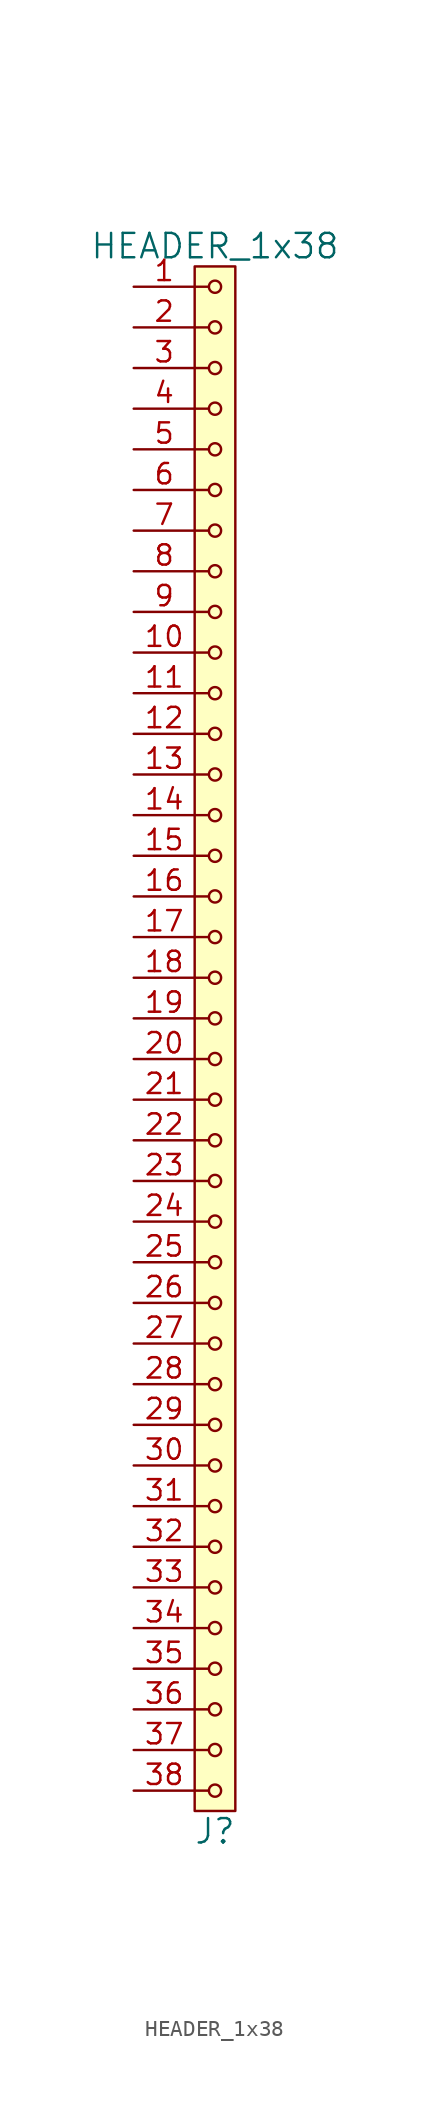
<source format=kicad_sym>
(kicad_symbol_lib
  (version 20211014)
  (generator kicad_symbol_editor)
  (symbol "HEADER_1x38"
    (pin_names
      (offset 1.016))
    (property "Reference" "J"
      (at 0 -49.53 0)
      (effects (font (size 1.524 1.524))))
    (property "Value" "HEADER_1x38"
      (at 0 49.53 0)
      (effects (font (size 1.524 1.524))))
    (property "Footprint" ""
      (at 0 46.99 0)
      (effects (font (size 1.524 1.524))))
    (property "Datasheet" ""
      (at 0 46.99 0)
      (effects (font (size 1.524 1.524))))
    (symbol "HEADER_1x38_0_1"
      (rectangle (start -1.27 48.26) (end 1.27 -48.26) (stroke (width 0) (type default) (color 0 0 0 0)) (fill (type background)))
      (circle (center 0 -46.99) (radius 0.381) (stroke (width 0) (type default) (color 0 0 0 0)) (fill (type none)))
      (circle (center 0 -44.45) (radius 0.381) (stroke (width 0) (type default) (color 0 0 0 0)) (fill (type none)))
      (circle (center 0 -41.91) (radius 0.381) (stroke (width 0) (type default) (color 0 0 0 0)) (fill (type none)))
      (circle (center 0 -39.37) (radius 0.381) (stroke (width 0) (type default) (color 0 0 0 0)) (fill (type none)))
      (circle (center 0 -36.83) (radius 0.381) (stroke (width 0) (type default) (color 0 0 0 0)) (fill (type none)))
      (circle (center 0 -34.29) (radius 0.381) (stroke (width 0) (type default) (color 0 0 0 0)) (fill (type none)))
      (circle (center 0 -31.75) (radius 0.381) (stroke (width 0) (type default) (color 0 0 0 0)) (fill (type none)))
      (circle (center 0 -29.21) (radius 0.381) (stroke (width 0) (type default) (color 0 0 0 0)) (fill (type none)))
      (circle (center 0 -26.67) (radius 0.381) (stroke (width 0) (type default) (color 0 0 0 0)) (fill (type none)))
      (circle (center 0 -24.13) (radius 0.381) (stroke (width 0) (type default) (color 0 0 0 0)) (fill (type none)))
      (circle (center 0 -21.59) (radius 0.381) (stroke (width 0) (type default) (color 0 0 0 0)) (fill (type none)))
      (circle (center 0 -19.05) (radius 0.381) (stroke (width 0) (type default) (color 0 0 0 0)) (fill (type none)))
      (circle (center 0 -16.51) (radius 0.381) (stroke (width 0) (type default) (color 0 0 0 0)) (fill (type none)))
      (circle (center 0 -13.97) (radius 0.381) (stroke (width 0) (type default) (color 0 0 0 0)) (fill (type none)))
      (circle (center 0 -11.43) (radius 0.381) (stroke (width 0) (type default) (color 0 0 0 0)) (fill (type none)))
      (circle (center 0 -8.89) (radius 0.381) (stroke (width 0) (type default) (color 0 0 0 0)) (fill (type none)))
      (circle (center 0 -6.35) (radius 0.381) (stroke (width 0) (type default) (color 0 0 0 0)) (fill (type none)))
      (circle (center 0 -3.81) (radius 0.381) (stroke (width 0) (type default) (color 0 0 0 0)) (fill (type none)))
      (circle (center 0 -1.27) (radius 0.381) (stroke (width 0) (type default) (color 0 0 0 0)) (fill (type none)))
      (polyline (pts (xy -1.27 -46.99) (xy -0.381 -46.99)) (stroke (width 0) (type default) (color 0 0 0 0)) (fill (type none)))
      (polyline (pts (xy -1.27 -44.45) (xy -0.381 -44.45)) (stroke (width 0) (type default) (color 0 0 0 0)) (fill (type none)))
      (polyline (pts (xy -1.27 -41.91) (xy -0.381 -41.91)) (stroke (width 0) (type default) (color 0 0 0 0)) (fill (type none)))
      (polyline (pts (xy -1.27 -39.37) (xy -0.381 -39.37)) (stroke (width 0) (type default) (color 0 0 0 0)) (fill (type none)))
      (polyline (pts (xy -1.27 -36.83) (xy -0.381 -36.83)) (stroke (width 0) (type default) (color 0 0 0 0)) (fill (type none)))
      (polyline (pts (xy -1.27 -34.29) (xy -0.381 -34.29)) (stroke (width 0) (type default) (color 0 0 0 0)) (fill (type none)))
      (polyline (pts (xy -1.27 -31.75) (xy -0.381 -31.75)) (stroke (width 0) (type default) (color 0 0 0 0)) (fill (type none)))
      (polyline (pts (xy -1.27 -29.21) (xy -0.381 -29.21)) (stroke (width 0) (type default) (color 0 0 0 0)) (fill (type none)))
      (polyline (pts (xy -1.27 -26.67) (xy -0.381 -26.67)) (stroke (width 0) (type default) (color 0 0 0 0)) (fill (type none)))
      (polyline (pts (xy -1.27 -24.13) (xy -0.381 -24.13)) (stroke (width 0) (type default) (color 0 0 0 0)) (fill (type none)))
      (polyline (pts (xy -1.27 -21.59) (xy -0.381 -21.59)) (stroke (width 0) (type default) (color 0 0 0 0)) (fill (type none)))
      (polyline (pts (xy -1.27 -19.05) (xy -0.381 -19.05)) (stroke (width 0) (type default) (color 0 0 0 0)) (fill (type none)))
      (polyline (pts (xy -1.27 -16.51) (xy -0.381 -16.51)) (stroke (width 0) (type default) (color 0 0 0 0)) (fill (type none)))
      (polyline (pts (xy -1.27 -13.97) (xy -0.381 -13.97)) (stroke (width 0) (type default) (color 0 0 0 0)) (fill (type none)))
      (polyline (pts (xy -1.27 -11.43) (xy -0.381 -11.43)) (stroke (width 0) (type default) (color 0 0 0 0)) (fill (type none)))
      (polyline (pts (xy -1.27 -8.89) (xy -0.381 -8.89)) (stroke (width 0) (type default) (color 0 0 0 0)) (fill (type none)))
      (polyline (pts (xy -1.27 -6.35) (xy -0.381 -6.35)) (stroke (width 0) (type default) (color 0 0 0 0)) (fill (type none)))
      (polyline (pts (xy -1.27 -3.81) (xy -0.381 -3.81)) (stroke (width 0) (type default) (color 0 0 0 0)) (fill (type none)))
      (polyline (pts (xy -1.27 -1.27) (xy -0.381 -1.27)) (stroke (width 0) (type default) (color 0 0 0 0)) (fill (type none)))
      (polyline (pts (xy -1.27 1.27) (xy -0.381 1.27)) (stroke (width 0) (type default) (color 0 0 0 0)) (fill (type none)))
      (polyline (pts (xy -1.27 3.81) (xy -0.381 3.81)) (stroke (width 0) (type default) (color 0 0 0 0)) (fill (type none)))
      (polyline (pts (xy -1.27 6.35) (xy -0.381 6.35)) (stroke (width 0) (type default) (color 0 0 0 0)) (fill (type none)))
      (polyline (pts (xy -1.27 8.89) (xy -0.381 8.89)) (stroke (width 0) (type default) (color 0 0 0 0)) (fill (type none)))
      (polyline (pts (xy -1.27 11.43) (xy -0.381 11.43)) (stroke (width 0) (type default) (color 0 0 0 0)) (fill (type none)))
      (polyline (pts (xy -1.27 13.97) (xy -0.381 13.97)) (stroke (width 0) (type default) (color 0 0 0 0)) (fill (type none)))
      (polyline (pts (xy -1.27 16.51) (xy -0.381 16.51)) (stroke (width 0) (type default) (color 0 0 0 0)) (fill (type none)))
      (polyline (pts (xy -1.27 19.05) (xy -0.381 19.05)) (stroke (width 0) (type default) (color 0 0 0 0)) (fill (type none)))
      (polyline (pts (xy -1.27 21.59) (xy -0.381 21.59)) (stroke (width 0) (type default) (color 0 0 0 0)) (fill (type none)))
      (polyline (pts (xy -1.27 24.13) (xy -0.381 24.13)) (stroke (width 0) (type default) (color 0 0 0 0)) (fill (type none)))
      (polyline (pts (xy -1.27 26.67) (xy -0.381 26.67)) (stroke (width 0) (type default) (color 0 0 0 0)) (fill (type none)))
      (polyline (pts (xy -1.27 29.21) (xy -0.381 29.21)) (stroke (width 0) (type default) (color 0 0 0 0)) (fill (type none)))
      (polyline (pts (xy -1.27 31.75) (xy -0.381 31.75)) (stroke (width 0) (type default) (color 0 0 0 0)) (fill (type none)))
      (polyline (pts (xy -1.27 34.29) (xy -0.381 34.29)) (stroke (width 0) (type default) (color 0 0 0 0)) (fill (type none)))
      (polyline (pts (xy -1.27 36.83) (xy -0.381 36.83)) (stroke (width 0) (type default) (color 0 0 0 0)) (fill (type none)))
      (polyline (pts (xy -1.27 39.37) (xy -0.381 39.37)) (stroke (width 0) (type default) (color 0 0 0 0)) (fill (type none)))
      (polyline (pts (xy -1.27 41.91) (xy -0.381 41.91)) (stroke (width 0) (type default) (color 0 0 0 0)) (fill (type none)))
      (polyline (pts (xy -1.27 44.45) (xy -0.381 44.45)) (stroke (width 0) (type default) (color 0 0 0 0)) (fill (type none)))
      (polyline (pts (xy -1.27 46.99) (xy -0.381 46.99)) (stroke (width 0) (type default) (color 0 0 0 0)) (fill (type none)))
      (circle (center 0 1.27) (radius 0.381) (stroke (width 0) (type default) (color 0 0 0 0)) (fill (type none)))
      (circle (center 0 3.81) (radius 0.381) (stroke (width 0) (type default) (color 0 0 0 0)) (fill (type none)))
      (circle (center 0 6.35) (radius 0.381) (stroke (width 0) (type default) (color 0 0 0 0)) (fill (type none)))
      (circle (center 0 8.89) (radius 0.381) (stroke (width 0) (type default) (color 0 0 0 0)) (fill (type none)))
      (circle (center 0 11.43) (radius 0.381) (stroke (width 0) (type default) (color 0 0 0 0)) (fill (type none)))
      (circle (center 0 13.97) (radius 0.381) (stroke (width 0) (type default) (color 0 0 0 0)) (fill (type none)))
      (circle (center 0 16.51) (radius 0.381) (stroke (width 0) (type default) (color 0 0 0 0)) (fill (type none)))
      (circle (center 0 19.05) (radius 0.381) (stroke (width 0) (type default) (color 0 0 0 0)) (fill (type none)))
      (circle (center 0 21.59) (radius 0.381) (stroke (width 0) (type default) (color 0 0 0 0)) (fill (type none)))
      (circle (center 0 24.13) (radius 0.381) (stroke (width 0) (type default) (color 0 0 0 0)) (fill (type none)))
      (circle (center 0 26.67) (radius 0.381) (stroke (width 0) (type default) (color 0 0 0 0)) (fill (type none)))
      (circle (center 0 29.21) (radius 0.381) (stroke (width 0) (type default) (color 0 0 0 0)) (fill (type none)))
      (circle (center 0 31.75) (radius 0.381) (stroke (width 0) (type default) (color 0 0 0 0)) (fill (type none)))
      (circle (center 0 34.29) (radius 0.381) (stroke (width 0) (type default) (color 0 0 0 0)) (fill (type none)))
      (circle (center 0 36.83) (radius 0.381) (stroke (width 0) (type default) (color 0 0 0 0)) (fill (type none)))
      (circle (center 0 39.37) (radius 0.381) (stroke (width 0) (type default) (color 0 0 0 0)) (fill (type none)))
      (circle (center 0 41.91) (radius 0.381) (stroke (width 0) (type default) (color 0 0 0 0)) (fill (type none)))
      (circle (center 0 44.45) (radius 0.381) (stroke (width 0) (type default) (color 0 0 0 0)) (fill (type none)))
      (circle (center 0 46.99) (radius 0.381) (stroke (width 0) (type default) (color 0 0 0 0)) (fill (type none))))
    (symbol "HEADER_1x38_1_1"
      (pin input line (at -5.08 46.99 0) (length 3.81) (name "~" (effects (font (size 1.27 1.27)))) (number "1" (effects (font (size 1.27 1.27)))))
      (pin input line (at -5.08 24.13 0) (length 3.81) (name "~" (effects (font (size 1.27 1.27)))) (number "10" (effects (font (size 1.27 1.27)))))
      (pin input line (at -5.08 21.59 0) (length 3.81) (name "~" (effects (font (size 1.27 1.27)))) (number "11" (effects (font (size 1.27 1.27)))))
      (pin input line (at -5.08 19.05 0) (length 3.81) (name "~" (effects (font (size 1.27 1.27)))) (number "12" (effects (font (size 1.27 1.27)))))
      (pin input line (at -5.08 16.51 0) (length 3.81) (name "~" (effects (font (size 1.27 1.27)))) (number "13" (effects (font (size 1.27 1.27)))))
      (pin input line (at -5.08 13.97 0) (length 3.81) (name "~" (effects (font (size 1.27 1.27)))) (number "14" (effects (font (size 1.27 1.27)))))
      (pin input line (at -5.08 11.43 0) (length 3.81) (name "~" (effects (font (size 1.27 1.27)))) (number "15" (effects (font (size 1.27 1.27)))))
      (pin input line (at -5.08 8.89 0) (length 3.81) (name "~" (effects (font (size 1.27 1.27)))) (number "16" (effects (font (size 1.27 1.27)))))
      (pin input line (at -5.08 6.35 0) (length 3.81) (name "~" (effects (font (size 1.27 1.27)))) (number "17" (effects (font (size 1.27 1.27)))))
      (pin input line (at -5.08 3.81 0) (length 3.81) (name "~" (effects (font (size 1.27 1.27)))) (number "18" (effects (font (size 1.27 1.27)))))
      (pin input line (at -5.08 1.27 0) (length 3.81) (name "~" (effects (font (size 1.27 1.27)))) (number "19" (effects (font (size 1.27 1.27)))))
      (pin input line (at -5.08 44.45 0) (length 3.81) (name "~" (effects (font (size 1.27 1.27)))) (number "2" (effects (font (size 1.27 1.27)))))
      (pin input line (at -5.08 -1.27 0) (length 3.81) (name "~" (effects (font (size 1.27 1.27)))) (number "20" (effects (font (size 1.27 1.27)))))
      (pin input line (at -5.08 -3.81 0) (length 3.81) (name "~" (effects (font (size 1.27 1.27)))) (number "21" (effects (font (size 1.27 1.27)))))
      (pin input line (at -5.08 -6.35 0) (length 3.81) (name "~" (effects (font (size 1.27 1.27)))) (number "22" (effects (font (size 1.27 1.27)))))
      (pin input line (at -5.08 -8.89 0) (length 3.81) (name "~" (effects (font (size 1.27 1.27)))) (number "23" (effects (font (size 1.27 1.27)))))
      (pin input line (at -5.08 -11.43 0) (length 3.81) (name "~" (effects (font (size 1.27 1.27)))) (number "24" (effects (font (size 1.27 1.27)))))
      (pin input line (at -5.08 -13.97 0) (length 3.81) (name "~" (effects (font (size 1.27 1.27)))) (number "25" (effects (font (size 1.27 1.27)))))
      (pin input line (at -5.08 -16.51 0) (length 3.81) (name "~" (effects (font (size 1.27 1.27)))) (number "26" (effects (font (size 1.27 1.27)))))
      (pin input line (at -5.08 -19.05 0) (length 3.81) (name "~" (effects (font (size 1.27 1.27)))) (number "27" (effects (font (size 1.27 1.27)))))
      (pin input line (at -5.08 -21.59 0) (length 3.81) (name "~" (effects (font (size 1.27 1.27)))) (number "28" (effects (font (size 1.27 1.27)))))
      (pin input line (at -5.08 -24.13 0) (length 3.81) (name "~" (effects (font (size 1.27 1.27)))) (number "29" (effects (font (size 1.27 1.27)))))
      (pin input line (at -5.08 41.91 0) (length 3.81) (name "~" (effects (font (size 1.27 1.27)))) (number "3" (effects (font (size 1.27 1.27)))))
      (pin input line (at -5.08 -26.67 0) (length 3.81) (name "~" (effects (font (size 1.27 1.27)))) (number "30" (effects (font (size 1.27 1.27)))))
      (pin input line (at -5.08 -29.21 0) (length 3.81) (name "~" (effects (font (size 1.27 1.27)))) (number "31" (effects (font (size 1.27 1.27)))))
      (pin input line (at -5.08 -31.75 0) (length 3.81) (name "~" (effects (font (size 1.27 1.27)))) (number "32" (effects (font (size 1.27 1.27)))))
      (pin input line (at -5.08 -34.29 0) (length 3.81) (name "~" (effects (font (size 1.27 1.27)))) (number "33" (effects (font (size 1.27 1.27)))))
      (pin input line (at -5.08 -36.83 0) (length 3.81) (name "~" (effects (font (size 1.27 1.27)))) (number "34" (effects (font (size 1.27 1.27)))))
      (pin input line (at -5.08 -39.37 0) (length 3.81) (name "~" (effects (font (size 1.27 1.27)))) (number "35" (effects (font (size 1.27 1.27)))))
      (pin input line (at -5.08 -41.91 0) (length 3.81) (name "~" (effects (font (size 1.27 1.27)))) (number "36" (effects (font (size 1.27 1.27)))))
      (pin input line (at -5.08 -44.45 0) (length 3.81) (name "~" (effects (font (size 1.27 1.27)))) (number "37" (effects (font (size 1.27 1.27)))))
      (pin input line (at -5.08 -46.99 0) (length 3.81) (name "~" (effects (font (size 1.27 1.27)))) (number "38" (effects (font (size 1.27 1.27)))))
      (pin input line (at -5.08 39.37 0) (length 3.81) (name "~" (effects (font (size 1.27 1.27)))) (number "4" (effects (font (size 1.27 1.27)))))
      (pin input line (at -5.08 36.83 0) (length 3.81) (name "~" (effects (font (size 1.27 1.27)))) (number "5" (effects (font (size 1.27 1.27)))))
      (pin input line (at -5.08 34.29 0) (length 3.81) (name "~" (effects (font (size 1.27 1.27)))) (number "6" (effects (font (size 1.27 1.27)))))
      (pin input line (at -5.08 31.75 0) (length 3.81) (name "~" (effects (font (size 1.27 1.27)))) (number "7" (effects (font (size 1.27 1.27)))))
      (pin input line (at -5.08 29.21 0) (length 3.81) (name "~" (effects (font (size 1.27 1.27)))) (number "8" (effects (font (size 1.27 1.27)))))
      (pin input line (at -5.08 26.67 0) (length 3.81) (name "~" (effects (font (size 1.27 1.27)))) (number "9" (effects (font (size 1.27 1.27))))))))
</source>
